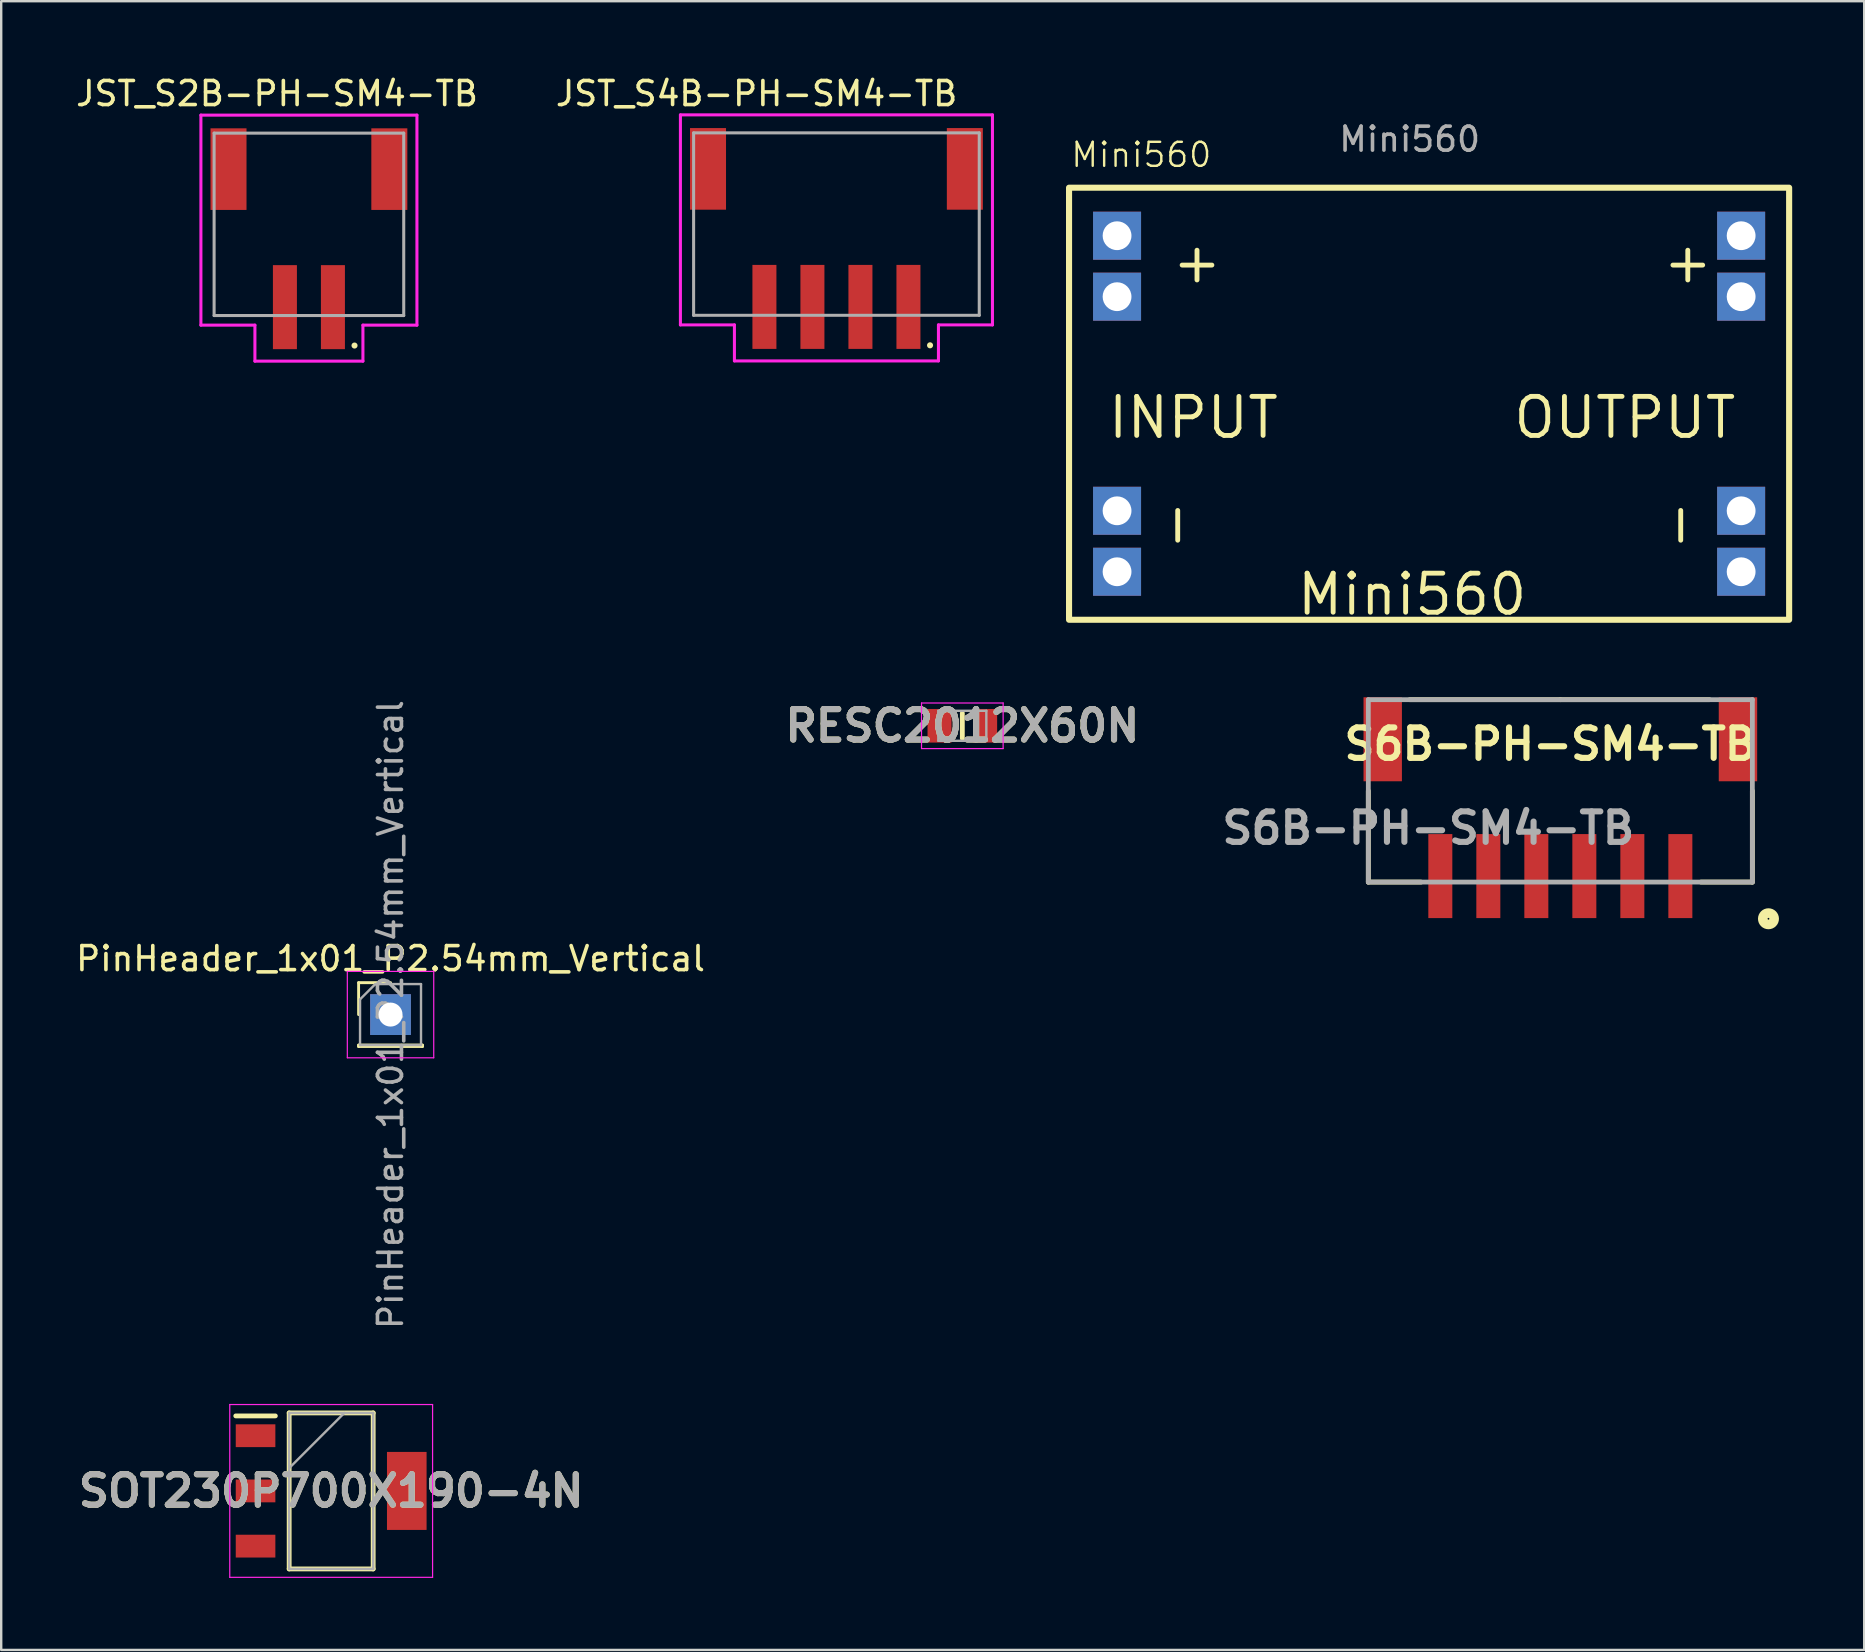
<source format=kicad_pcb>
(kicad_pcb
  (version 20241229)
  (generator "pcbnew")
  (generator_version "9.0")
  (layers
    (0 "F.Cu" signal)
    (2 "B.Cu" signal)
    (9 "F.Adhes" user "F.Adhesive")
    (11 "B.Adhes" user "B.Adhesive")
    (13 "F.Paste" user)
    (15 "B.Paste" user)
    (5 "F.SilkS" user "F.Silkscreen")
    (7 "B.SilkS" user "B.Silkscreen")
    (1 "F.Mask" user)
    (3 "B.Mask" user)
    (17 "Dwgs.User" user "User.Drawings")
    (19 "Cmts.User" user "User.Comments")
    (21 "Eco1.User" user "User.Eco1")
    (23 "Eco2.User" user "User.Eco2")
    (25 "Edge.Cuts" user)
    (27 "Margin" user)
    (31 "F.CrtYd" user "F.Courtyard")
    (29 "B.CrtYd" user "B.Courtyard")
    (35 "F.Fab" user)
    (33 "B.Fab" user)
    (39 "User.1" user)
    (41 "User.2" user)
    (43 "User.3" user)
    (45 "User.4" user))
  (footprint "SOT230P700X190-4N"
    (layer "F.Cu")
    (at 10.747 59.064)
    (property "Reference" "SOT230P700X190-4N" (at 0 0 0) (layer "F.SilkS") (effects (font (size 1.27 1.27) (thickness 0.254))))
    (attr smd)
    (fp_line (start -3.975 -3.125) (end -2.325 -3.125) (stroke (width 0.2) (type solid)) (layer "F.SilkS"))
    (fp_line (start -1.75 -3.25) (end 1.75 -3.25) (stroke (width 0.2) (type solid)) (layer "F.SilkS"))
    (fp_line (start -1.75 3.25) (end -1.75 -3.25) (stroke (width 0.2) (type solid)) (layer "F.SilkS"))
    (fp_line (start 1.75 -3.25) (end 1.75 3.25) (stroke (width 0.2) (type solid)) (layer "F.SilkS"))
    (fp_line (start 1.75 3.25) (end -1.75 3.25) (stroke (width 0.2) (type solid)) (layer "F.SilkS"))
    (fp_line (start -4.225 -3.6) (end 4.225 -3.6) (stroke (width 0.05) (type solid)) (layer "F.CrtYd"))
    (fp_line (start -4.225 3.6) (end -4.225 -3.6) (stroke (width 0.05) (type solid)) (layer "F.CrtYd"))
    (fp_line (start 4.225 -3.6) (end 4.225 3.6) (stroke (width 0.05) (type solid)) (layer "F.CrtYd"))
    (fp_line (start 4.225 3.6) (end -4.225 3.6) (stroke (width 0.05) (type solid)) (layer "F.CrtYd"))
    (fp_line (start -1.75 -3.25) (end 1.75 -3.25) (stroke (width 0.1) (type solid)) (layer "F.Fab"))
    (fp_line (start -1.75 -0.95) (end 0.55 -3.25) (stroke (width 0.1) (type solid)) (layer "F.Fab"))
    (fp_line (start -1.75 3.25) (end -1.75 -3.25) (stroke (width 0.1) (type solid)) (layer "F.Fab"))
    (fp_line (start 1.75 -3.25) (end 1.75 3.25) (stroke (width 0.1) (type solid)) (layer "F.Fab"))
    (fp_line (start 1.75 3.25) (end -1.75 3.25) (stroke (width 0.1) (type solid)) (layer "F.Fab"))
    (fp_text user "${REFERENCE}" (at 0 0 0) (layer "F.Fab") (effects (font (size 1.27 1.27) (thickness 0.254))))
    (pad "1" smd rect (at -3.15 -2.3 90) (size 0.95 1.65) (layers "F.Cu" "F.Mask" "F.Paste"))
    (pad "2" smd rect (at -3.15 0 90) (size 0.95 1.65) (layers "F.Cu" "F.Mask" "F.Paste"))
    (pad "3" smd rect (at -3.15 2.3 90) (size 0.95 1.65) (layers "F.Cu" "F.Mask" "F.Paste"))
    (pad "4" smd rect (at 3.15 0) (size 1.65 3.25) (layers "F.Cu" "F.Mask" "F.Paste")))
  (footprint "JST_S4B-PH-SM4-TB"
    (layer "F.Cu")
    (at 31.797 9.736)
    (property "Reference" "JST_S4B-PH-SM4-TB" (at -3.326 -8.887 0) (layer "F.SilkS") (effects (font (size 1 1) (thickness 0.15))))
    (attr smd)
    (fp_circle (center 3.9 1.6) (end 4.027 1.6) (stroke (width 0) (type solid)) (fill yes) (layer "F.SilkS"))
    (fp_line (start -6.5 -8) (end 6.5 -8) (stroke (width 0.127) (type solid)) (layer "F.CrtYd"))
    (fp_line (start -6.5 0.75) (end -6.5 -8) (stroke (width 0.127) (type solid)) (layer "F.CrtYd"))
    (fp_line (start -4.25 0.75) (end -6.5 0.75) (stroke (width 0.127) (type solid)) (layer "F.CrtYd"))
    (fp_line (start -4.25 2.25) (end -4.25 0.75) (stroke (width 0.127) (type solid)) (layer "F.CrtYd"))
    (fp_line (start 4.25 0.75) (end 4.25 2.25) (stroke (width 0.127) (type solid)) (layer "F.CrtYd"))
    (fp_line (start 4.25 2.25) (end -4.25 2.25) (stroke (width 0.127) (type solid)) (layer "F.CrtYd"))
    (fp_line (start 6.5 -8) (end 6.5 0.75) (stroke (width 0.127) (type solid)) (layer "F.CrtYd"))
    (fp_line (start 6.5 0.75) (end 4.25 0.75) (stroke (width 0.127) (type solid)) (layer "F.CrtYd"))
    (fp_line (start -5.95 -7.25) (end -5.95 0.35) (stroke (width 0.127) (type solid)) (layer "F.Fab"))
    (fp_line (start -5.95 0.35) (end 5.95 0.35) (stroke (width 0.127) (type solid)) (layer "F.Fab"))
    (fp_line (start 5.95 -7.25) (end -5.95 -7.25) (stroke (width 0.127) (type solid)) (layer "F.Fab"))
    (fp_line (start 5.95 0.35) (end 5.95 -7.25) (stroke (width 0.127) (type solid)) (layer "F.Fab"))
    (pad "1" smd rect (at 3 0) (size 1 3.5) (layers "F.Cu" "F.Mask" "F.Paste"))
    (pad "2" smd rect (at 1 0) (size 1 3.5) (layers "F.Cu" "F.Mask" "F.Paste"))
    (pad "3" smd rect (at -1 0) (size 1 3.5) (layers "F.Cu" "F.Mask" "F.Paste"))
    (pad "4" smd rect (at -3 0) (size 1 3.5) (layers "F.Cu" "F.Mask" "F.Paste"))
    (pad "P1" smd rect (at 5.35 -5.75) (size 1.5 3.4) (layers "F.Cu" "F.Mask" "F.Paste"))
    (pad "P2" smd rect (at -5.35 -5.75) (size 1.5 3.4) (layers "F.Cu" "F.Mask" "F.Paste")))
  (footprint "RESC2012X60N"
    (layer "F.Cu")
    (at 37.042 27.187)
    (property "Reference" "RESC2012X60N" (at 0 0 0) (layer "F.SilkS") (effects (font (size 1.27 1.27) (thickness 0.254))))
    (attr smd)
    (fp_line (start 0 -0.525) (end 0 0.525) (stroke (width 0.2) (type solid)) (layer "F.SilkS"))
    (fp_line (start -1.7 -0.95) (end 1.7 -0.95) (stroke (width 0.05) (type solid)) (layer "F.CrtYd"))
    (fp_line (start -1.7 0.95) (end -1.7 -0.95) (stroke (width 0.05) (type solid)) (layer "F.CrtYd"))
    (fp_line (start 1.7 -0.95) (end 1.7 0.95) (stroke (width 0.05) (type solid)) (layer "F.CrtYd"))
    (fp_line (start 1.7 0.95) (end -1.7 0.95) (stroke (width 0.05) (type solid)) (layer "F.CrtYd"))
    (fp_line (start -1 -0.625) (end 1 -0.625) (stroke (width 0.1) (type solid)) (layer "F.Fab"))
    (fp_line (start -1 0.625) (end -1 -0.625) (stroke (width 0.1) (type solid)) (layer "F.Fab"))
    (fp_line (start 1 -0.625) (end 1 0.625) (stroke (width 0.1) (type solid)) (layer "F.Fab"))
    (fp_line (start 1 0.625) (end -1 0.625) (stroke (width 0.1) (type solid)) (layer "F.Fab"))
    (fp_text user "${REFERENCE}" (at 0 0 0) (layer "F.Fab") (effects (font (size 1.27 1.27) (thickness 0.254))))
    (pad "1" smd rect (at -0.95 0) (size 1 1.4) (layers "F.Cu" "F.Mask" "F.Paste"))
    (pad "2" smd rect (at 0.95 0) (size 1 1.4) (layers "F.Cu" "F.Mask" "F.Paste")))
  (footprint "JST_S2B-PH-SM4-TB"
    (layer "F.Cu")
    (at 9.82 9.746)
    (property "Reference" "JST_S2B-PH-SM4-TB" (at -1.327 -8.897 0) (layer "F.SilkS") (effects (font (size 1.001 1.001) (thickness 0.15))))
    (attr smd)
    (fp_circle (center 1.9 1.6) (end 2.027 1.6) (stroke (width 0) (type solid)) (fill yes) (layer "F.SilkS"))
    (fp_line (start -4.5 -8) (end 4.5 -8) (stroke (width 0.127) (type solid)) (layer "F.CrtYd"))
    (fp_line (start -4.5 0.75) (end -4.5 -8) (stroke (width 0.127) (type solid)) (layer "F.CrtYd"))
    (fp_line (start -2.25 0.75) (end -4.5 0.75) (stroke (width 0.127) (type solid)) (layer "F.CrtYd"))
    (fp_line (start -2.25 2.25) (end -2.25 0.75) (stroke (width 0.127) (type solid)) (layer "F.CrtYd"))
    (fp_line (start 2.25 0.75) (end 2.25 2.25) (stroke (width 0.127) (type solid)) (layer "F.CrtYd"))
    (fp_line (start 2.25 2.25) (end -2.25 2.25) (stroke (width 0.127) (type solid)) (layer "F.CrtYd"))
    (fp_line (start 4.5 -8) (end 4.5 0.75) (stroke (width 0.127) (type solid)) (layer "F.CrtYd"))
    (fp_line (start 4.5 0.75) (end 2.25 0.75) (stroke (width 0.127) (type solid)) (layer "F.CrtYd"))
    (fp_line (start -3.95 -7.25) (end -3.95 0.35) (stroke (width 0.127) (type solid)) (layer "F.Fab"))
    (fp_line (start -3.95 0.35) (end 3.95 0.35) (stroke (width 0.127) (type solid)) (layer "F.Fab"))
    (fp_line (start 3.95 -7.25) (end -3.95 -7.25) (stroke (width 0.127) (type solid)) (layer "F.Fab"))
    (fp_line (start 3.95 0.35) (end 3.95 -7.25) (stroke (width 0.127) (type solid)) (layer "F.Fab"))
    (pad "1" smd rect (at 1 0) (size 1 3.5) (layers "F.Cu" "F.Mask" "F.Paste"))
    (pad "2" smd rect (at -1 0) (size 1 3.5) (layers "F.Cu" "F.Mask" "F.Paste"))
    (pad "P1" smd rect (at 3.35 -5.75) (size 1.5 3.4) (layers "F.Cu" "F.Mask" "F.Paste"))
    (pad "P2" smd rect (at -3.35 -5.75) (size 1.5 3.4) (layers "F.Cu" "F.Mask" "F.Paste")))
  (footprint "PinHeader_1x01_P2.54mm_Vertical"
    (layer "F.Cu")
    (at 13.22 39.219)
    (property "Reference" "PinHeader_1x01_P2.54mm_Vertical" (at 0 -2.33 0) (layer "F.SilkS") (effects (font (size 1 1) (thickness 0.15))))
    (attr through_hole)
    (fp_line (start -1.33 -1.33) (end 0 -1.33) (stroke (width 0.12) (type solid)) (layer "F.SilkS"))
    (fp_line (start -1.33 0) (end -1.33 -1.33) (stroke (width 0.12) (type solid)) (layer "F.SilkS"))
    (fp_line (start -1.33 1.27) (end -1.33 1.33) (stroke (width 0.12) (type solid)) (layer "F.SilkS"))
    (fp_line (start -1.33 1.27) (end 1.33 1.27) (stroke (width 0.12) (type solid)) (layer "F.SilkS"))
    (fp_line (start -1.33 1.33) (end 1.33 1.33) (stroke (width 0.12) (type solid)) (layer "F.SilkS"))
    (fp_line (start 1.33 1.27) (end 1.33 1.33) (stroke (width 0.12) (type solid)) (layer "F.SilkS"))
    (fp_line (start -1.8 -1.8) (end -1.8 1.8) (stroke (width 0.05) (type solid)) (layer "F.CrtYd"))
    (fp_line (start -1.8 1.8) (end 1.8 1.8) (stroke (width 0.05) (type solid)) (layer "F.CrtYd"))
    (fp_line (start 1.8 -1.8) (end -1.8 -1.8) (stroke (width 0.05) (type solid)) (layer "F.CrtYd"))
    (fp_line (start 1.8 1.8) (end 1.8 -1.8) (stroke (width 0.05) (type solid)) (layer "F.CrtYd"))
    (fp_line (start -1.27 -0.635) (end -0.635 -1.27) (stroke (width 0.1) (type solid)) (layer "F.Fab"))
    (fp_line (start -1.27 1.27) (end -1.27 -0.635) (stroke (width 0.1) (type solid)) (layer "F.Fab"))
    (fp_line (start -0.635 -1.27) (end 1.27 -1.27) (stroke (width 0.1) (type solid)) (layer "F.Fab"))
    (fp_line (start 1.27 -1.27) (end 1.27 1.27) (stroke (width 0.1) (type solid)) (layer "F.Fab"))
    (fp_line (start 1.27 1.27) (end -1.27 1.27) (stroke (width 0.1) (type solid)) (layer "F.Fab"))
    (fp_text user "${REFERENCE}" (at 0 0 90) (layer "F.Fab") (effects (font (size 1 1) (thickness 0.15))))
    (pad "1" thru_hole rect (at 0 0) (size 1.7 1.7) (drill 1) (layers "*.Cu" "*.Mask")))
  (footprint "S6B-PH-SM4-TB"
    (layer "F.Cu")
    (at 61.956 33.449)
    (property "Reference" "S6B-PH-SM4-TB" (at -0.415 -5.499 0) (layer "F.SilkS") (effects (font (size 1.27 1.27) (thickness 0.254))))
    (attr smd)
    (fp_line (start -8 0.25) (end -8 -3.55) (stroke (width 0.2) (type solid)) (layer "F.SilkS"))
    (fp_line (start -8 0.25) (end -5.803 0.25) (stroke (width 0.2) (type solid)) (layer "F.SilkS"))
    (fp_line (start 0 -7.35) (end -6.275 -7.35) (stroke (width 0.2) (type solid)) (layer "F.SilkS"))
    (fp_line (start 0 -7.35) (end 6.212 -7.35) (stroke (width 0.2) (type solid)) (layer "F.SilkS"))
    (fp_line (start 8 0.25) (end 5.858 0.25) (stroke (width 0.2) (type solid)) (layer "F.SilkS"))
    (fp_line (start 8 0.25) (end 8 -3.55) (stroke (width 0.2) (type solid)) (layer "F.SilkS"))
    (fp_circle (center 8.671 1.778) (end 8.671 2.015) (stroke (width 0.4) (type solid)) (fill no) (layer "F.SilkS"))
    (fp_line (start -8 -7.35) (end -8 0.25) (stroke (width 0.2) (type solid)) (layer "F.Fab"))
    (fp_line (start -8 0.25) (end 8 0.25) (stroke (width 0.2) (type solid)) (layer "F.Fab"))
    (fp_line (start 8 -7.35) (end -8 -7.35) (stroke (width 0.2) (type solid)) (layer "F.Fab"))
    (fp_line (start 8 0.25) (end 8 -7.35) (stroke (width 0.2) (type solid)) (layer "F.Fab"))
    (fp_text user "${REFERENCE}" (at -5.5 -2 0) (layer "F.Fab") (effects (font (size 1.27 1.27) (thickness 0.254))))
    (pad "1" smd rect (at 5 0) (size 1 3.5) (layers "F.Cu" "F.Mask" "F.Paste"))
    (pad "2" smd rect (at 3 0) (size 1 3.5) (layers "F.Cu" "F.Mask" "F.Paste"))
    (pad "3" smd rect (at 1 0) (size 1 3.5) (layers "F.Cu" "F.Mask" "F.Paste"))
    (pad "4" smd rect (at -1 0) (size 1 3.5) (layers "F.Cu" "F.Mask" "F.Paste"))
    (pad "5" smd rect (at -3 0) (size 1 3.5) (layers "F.Cu" "F.Mask" "F.Paste"))
    (pad "6" smd rect (at -5 0) (size 1 3.5) (layers "F.Cu" "F.Mask" "F.Paste"))
    (pad "P1" smd rect (at -7.4 -5.7) (size 1.6 3.5) (layers "F.Cu" "F.Mask" "F.Paste"))
    (pad "P2" smd rect (at 7.4 -5.7) (size 1.6 3.5) (layers "F.Cu" "F.Mask" "F.Paste")))
  (footprint "Mini560"
    (layer "F.Cu")
    (at 55.678 0.25)
    (property "Reference" "Mini560" (at -11.18 3.15 0) (unlocked yes) (layer "F.SilkS") (effects (font (size 1 1) (thickness 0.1))))
    (attr through_hole)
    (fp_rect (start -14.19 4.52) (end 15.81 22.52) (stroke (width 0.254) (type default)) (fill no) (layer "F.SilkS"))
    (fp_text user "Mini560" (at -4.792 20.513 0) (unlocked yes) (layer "F.SilkS") (effects (font (size 1.626 1.626) (thickness 0.203)) (justify left top)))
    (fp_text user "OUTPUT" (at 4.225 13.147 0) (unlocked yes) (layer "F.SilkS") (effects (font (size 1.626 1.626) (thickness 0.203)) (justify left top)))
    (fp_text user "-" (at -10.736 19.726 90) (unlocked yes) (layer "F.SilkS") (effects (font (size 1.626 1.626) (thickness 0.203)) (justify left top)))
    (fp_text user "INPUT" (at -12.666 13.147 0) (unlocked yes) (layer "F.SilkS") (effects (font (size 1.626 1.626) (thickness 0.203)) (justify left top)))
    (fp_text user "-" (at 10.22 19.726 90) (unlocked yes) (layer "F.SilkS") (effects (font (size 1.626 1.626) (thickness 0.203)) (justify left top)))
    (fp_text user "+" (at -9.999 6.67 0) (unlocked yes) (layer "F.SilkS") (effects (font (size 1.626 1.626) (thickness 0.203)) (justify left top)))
    (fp_text user "+" (at 10.448 6.67 0) (unlocked yes) (layer "F.SilkS") (effects (font (size 1.626 1.626) (thickness 0.203)) (justify left top)))
    (fp_text user "${REFERENCE}" (at 0 2.5 0) (unlocked yes) (layer "F.Fab") (effects (font (size 1 1) (thickness 0.15))))
    (pad "1" thru_hole rect (at -12.19 6.52 90) (size 2 2) (drill 1.2) (layers "*.Cu" "*.Mask"))
    (pad "2" thru_hole rect (at -12.19 9.06 90) (size 2 2) (drill 1.2) (layers "*.Cu" "*.Mask"))
    (pad "3" thru_hole rect (at -12.19 17.98 90) (size 2 2) (drill 1.2) (layers "*.Cu" "*.Mask"))
    (pad "4" thru_hole rect (at -12.19 20.52 90) (size 2 2) (drill 1.2) (layers "*.Cu" "*.Mask"))
    (pad "5" thru_hole rect (at 13.81 20.52 90) (size 2 2) (drill 1.2) (layers "*.Cu" "*.Mask"))
    (pad "6" thru_hole rect (at 13.81 17.98 90) (size 2 2) (drill 1.2) (layers "*.Cu" "*.Mask"))
    (pad "7" thru_hole rect (at 13.81 9.06 90) (size 2 2) (drill 1.2) (layers "*.Cu" "*.Mask"))
    (pad "8" thru_hole rect (at 13.81 6.52 90) (size 2 2) (drill 1.2) (layers "*.Cu" "*.Mask")))
  (gr_rect
    (start -3 -3)
    (end 74.615 65.689)
    (stroke (width 0.1) (type default))
    (fill no)
    (layer "Edge.Cuts")))
</source>
